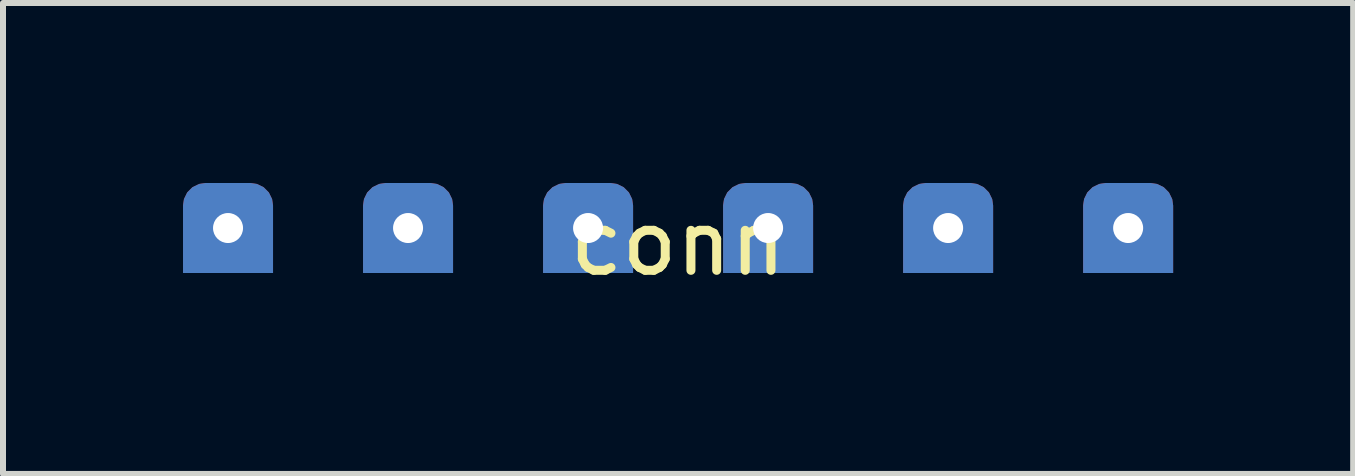
<source format=kicad_pcb>
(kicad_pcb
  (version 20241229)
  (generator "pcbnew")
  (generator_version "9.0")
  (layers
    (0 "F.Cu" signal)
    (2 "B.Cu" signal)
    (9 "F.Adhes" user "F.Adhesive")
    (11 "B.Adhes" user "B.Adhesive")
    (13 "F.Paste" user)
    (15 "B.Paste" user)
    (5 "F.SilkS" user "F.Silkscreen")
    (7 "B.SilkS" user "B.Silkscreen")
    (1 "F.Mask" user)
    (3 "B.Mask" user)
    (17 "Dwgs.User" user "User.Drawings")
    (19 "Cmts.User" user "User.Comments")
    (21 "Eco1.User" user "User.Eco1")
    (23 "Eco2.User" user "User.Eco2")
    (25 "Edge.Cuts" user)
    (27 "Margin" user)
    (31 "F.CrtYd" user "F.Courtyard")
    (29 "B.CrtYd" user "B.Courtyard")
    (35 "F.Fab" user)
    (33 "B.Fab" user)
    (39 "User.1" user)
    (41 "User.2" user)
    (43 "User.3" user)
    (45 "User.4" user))
  (footprint "conn"
    (layer "F.Cu")
    (at 8.25 1.5)
    (property "Reference" "conn" (at 0 -0.5 0) (unlocked yes) (layer "F.SilkS") (effects (font (size 1 1) (thickness 0.15))))
    (pad "1" thru_hole roundrect (at -7.5 -0.75) (size 1.5 1.5) (drill 0.5) (layers "*.Cu" "*.Mask") (roundrect_rratio 0.25) (chamfer_ratio 0) (chamfer bottom_left bottom_right))
    (pad "2" thru_hole roundrect (at -4.5 -0.75) (size 1.5 1.5) (drill 0.5) (layers "*.Cu" "*.Mask") (roundrect_rratio 0.25) (chamfer_ratio 0) (chamfer bottom_left bottom_right))
    (pad "3" thru_hole roundrect (at -1.5 -0.75) (size 1.5 1.5) (drill 0.5) (layers "*.Cu" "*.Mask") (roundrect_rratio 0.25) (chamfer_ratio 0) (chamfer bottom_left bottom_right))
    (pad "4" thru_hole roundrect (at 1.5 -0.75) (size 1.5 1.5) (drill 0.5) (layers "*.Cu" "*.Mask") (roundrect_rratio 0.25) (chamfer_ratio 0) (chamfer bottom_left bottom_right))
    (pad "5" thru_hole roundrect (at 4.5 -0.75) (size 1.5 1.5) (drill 0.5) (layers "*.Cu" "*.Mask") (roundrect_rratio 0.25) (chamfer_ratio 0) (chamfer bottom_left bottom_right))
    (pad "6" thru_hole roundrect (at 7.5 -0.75) (size 1.5 1.5) (drill 0.5) (layers "*.Cu" "*.Mask") (roundrect_rratio 0.25) (chamfer_ratio 0) (chamfer bottom_left bottom_right)))
  (gr_rect
    (start -3 -3)
    (end 19.5 4.848)
    (stroke (width 0.1) (type default))
    (fill no)
    (layer "Edge.Cuts")))
</source>
